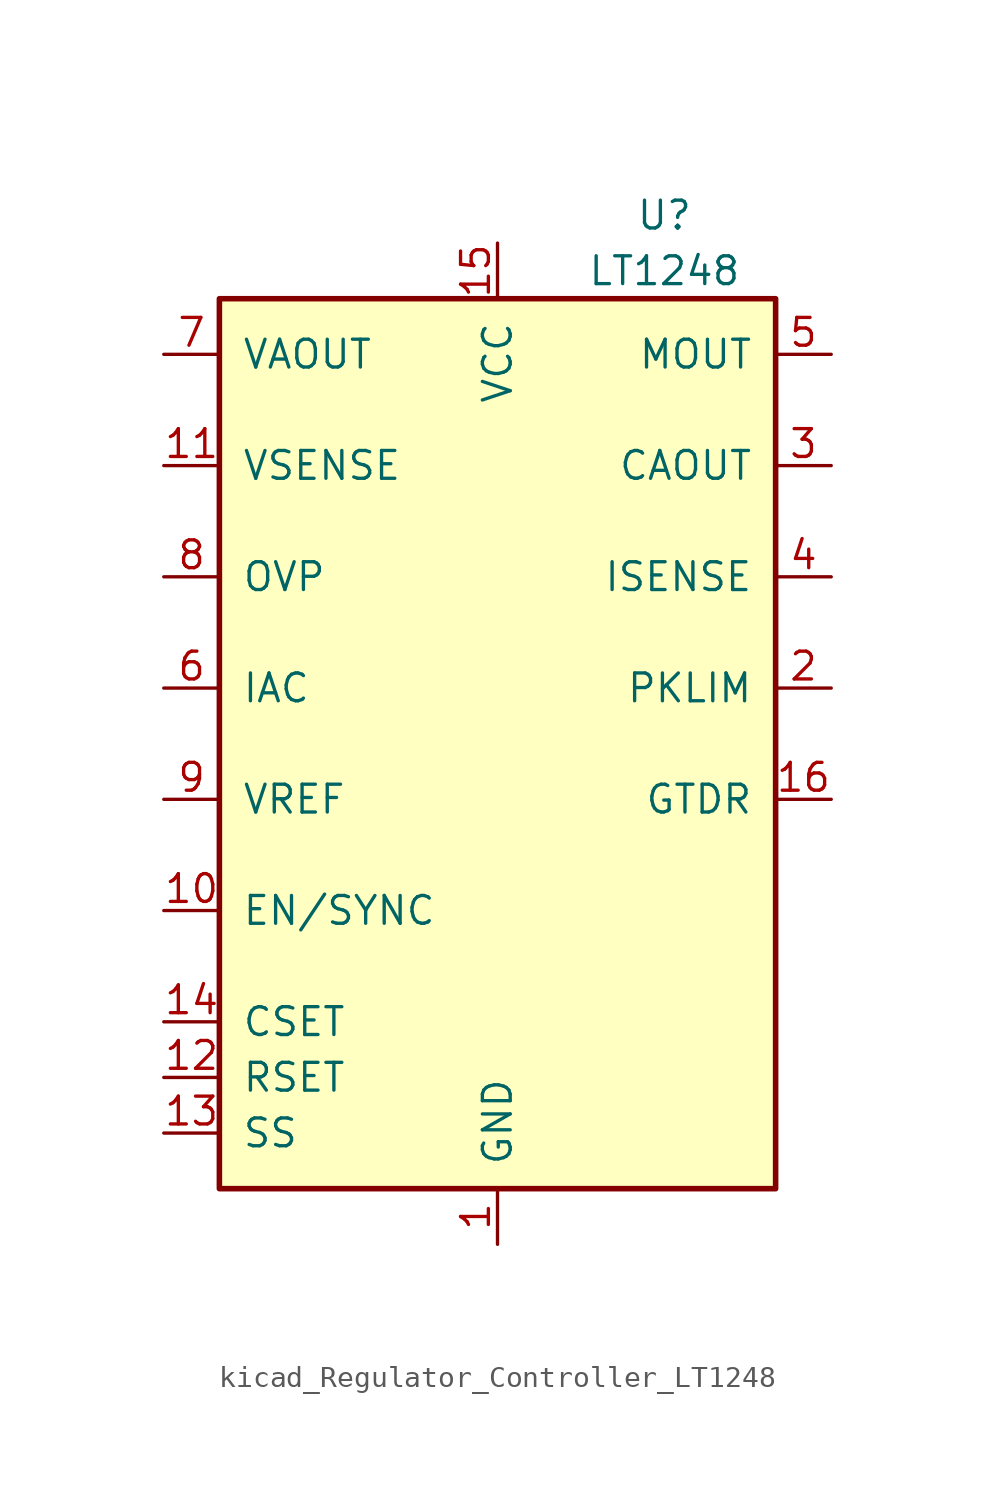
<source format=kicad_sym>
(kicad_symbol_lib
  (version 20220914)
  (generator kicad_symbol_editor)
  (symbol "kicad_Regulator_Controller_LT1248"
    (pin_names
      (offset 1.016))
    (property "Reference" "U"
      (at 7.62 24.13 0)
      (effects (font (size 1.27 1.27))))
    (property "Value" "LT1248"
      (at 7.62 21.59 0)
      (effects (font (size 1.27 1.27))))
    (symbol "kicad_Regulator_Controller_LT1248_0_1"
      (rectangle (start -12.7 20.32) (end 12.7 -20.32) (stroke (width 0.254) (type default)) (fill (type background))))
    (symbol "kicad_Regulator_Controller_LT1248_1_1"
      (pin power_in line (at 0 -22.86 90) (length 2.54) (name "GND" (effects (font (size 1.27 1.27)))) (number "1" (effects (font (size 1.27 1.27)))))
      (pin input line (at -15.24 -7.62 0) (length 2.54) (name "EN/SYNC" (effects (font (size 1.27 1.27)))) (number "10" (effects (font (size 1.27 1.27)))))
      (pin input line (at -15.24 12.7 0) (length 2.54) (name "VSENSE" (effects (font (size 1.27 1.27)))) (number "11" (effects (font (size 1.27 1.27)))))
      (pin passive line (at -15.24 -15.24 0) (length 2.54) (name "RSET" (effects (font (size 1.27 1.27)))) (number "12" (effects (font (size 1.27 1.27)))))
      (pin passive line (at -15.24 -17.78 0) (length 2.54) (name "SS" (effects (font (size 1.27 1.27)))) (number "13" (effects (font (size 1.27 1.27)))))
      (pin passive line (at -15.24 -12.7 0) (length 2.54) (name "CSET" (effects (font (size 1.27 1.27)))) (number "14" (effects (font (size 1.27 1.27)))))
      (pin power_in line (at 0 22.86 270) (length 2.54) (name "VCC" (effects (font (size 1.27 1.27)))) (number "15" (effects (font (size 1.27 1.27)))))
      (pin output line (at 15.24 -2.54 180) (length 2.54) (name "GTDR" (effects (font (size 1.27 1.27)))) (number "16" (effects (font (size 1.27 1.27)))))
      (pin input line (at 15.24 2.54 180) (length 2.54) (name "PKLIM" (effects (font (size 1.27 1.27)))) (number "2" (effects (font (size 1.27 1.27)))))
      (pin output line (at 15.24 12.7 180) (length 2.54) (name "CAOUT" (effects (font (size 1.27 1.27)))) (number "3" (effects (font (size 1.27 1.27)))))
      (pin input line (at 15.24 7.62 180) (length 2.54) (name "ISENSE" (effects (font (size 1.27 1.27)))) (number "4" (effects (font (size 1.27 1.27)))))
      (pin input line (at 15.24 17.78 180) (length 2.54) (name "MOUT" (effects (font (size 1.27 1.27)))) (number "5" (effects (font (size 1.27 1.27)))))
      (pin input line (at -15.24 2.54 0) (length 2.54) (name "IAC" (effects (font (size 1.27 1.27)))) (number "6" (effects (font (size 1.27 1.27)))))
      (pin output line (at -15.24 17.78 0) (length 2.54) (name "VAOUT" (effects (font (size 1.27 1.27)))) (number "7" (effects (font (size 1.27 1.27)))))
      (pin input line (at -15.24 7.62 0) (length 2.54) (name "OVP" (effects (font (size 1.27 1.27)))) (number "8" (effects (font (size 1.27 1.27)))))
      (pin power_out line (at -15.24 -2.54 0) (length 2.54) (name "VREF" (effects (font (size 1.27 1.27)))) (number "9" (effects (font (size 1.27 1.27))))))))
</source>
